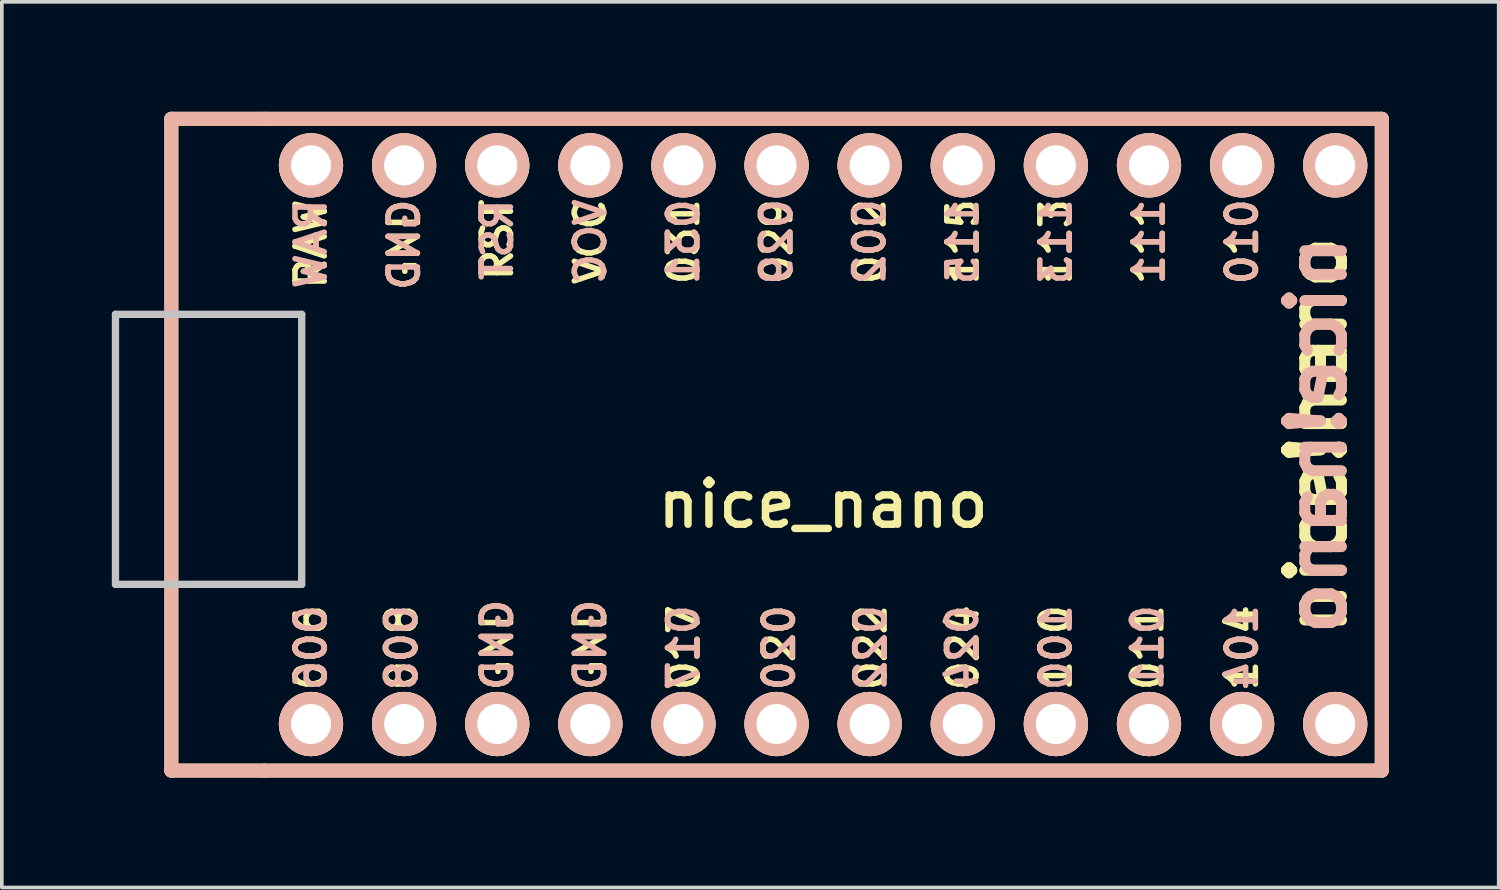
<source format=kicad_pcb>
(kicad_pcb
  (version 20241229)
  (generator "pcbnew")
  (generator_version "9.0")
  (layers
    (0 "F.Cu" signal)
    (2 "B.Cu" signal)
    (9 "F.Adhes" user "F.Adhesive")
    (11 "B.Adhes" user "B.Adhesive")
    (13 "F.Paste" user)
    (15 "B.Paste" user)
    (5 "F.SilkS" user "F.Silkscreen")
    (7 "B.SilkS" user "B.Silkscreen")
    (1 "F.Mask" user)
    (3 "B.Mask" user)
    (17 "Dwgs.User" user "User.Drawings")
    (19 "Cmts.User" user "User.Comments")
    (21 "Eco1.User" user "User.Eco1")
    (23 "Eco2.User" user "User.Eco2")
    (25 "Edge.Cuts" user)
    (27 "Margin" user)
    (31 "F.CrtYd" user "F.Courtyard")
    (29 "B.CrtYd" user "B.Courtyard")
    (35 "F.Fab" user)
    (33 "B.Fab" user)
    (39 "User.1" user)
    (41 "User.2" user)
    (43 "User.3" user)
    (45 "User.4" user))
  (footprint "nice_nano"
    (layer "F.Cu")
    (at 19.404 9.081)
    (property "Reference" "nice_nano" (at 0 1.625 0) (layer "F.SilkS") (effects (font (size 1.2 1.2) (thickness 0.203))))
    (attr through_hole)
    (fp_line (start -17.78 -8.89) (end -17.78 8.89) (stroke (width 0.381) (type solid)) (layer "F.SilkS"))
    (fp_line (start -17.78 8.89) (end -15.24 8.89) (stroke (width 0.381) (type solid)) (layer "F.SilkS"))
    (fp_line (start -15.24 -8.89) (end -17.78 -8.89) (stroke (width 0.381) (type solid)) (layer "F.SilkS"))
    (fp_line (start -15.24 8.89) (end 15.24 8.89) (stroke (width 0.381) (type solid)) (layer "F.SilkS"))
    (fp_line (start 15.24 -8.89) (end -15.24 -8.89) (stroke (width 0.381) (type solid)) (layer "F.SilkS"))
    (fp_line (start 15.24 8.89) (end 15.24 -8.89) (stroke (width 0.381) (type solid)) (layer "F.SilkS"))
    (fp_line (start -17.78 -8.89) (end -17.78 8.89) (stroke (width 0.381) (type solid)) (layer "B.SilkS"))
    (fp_line (start -17.78 8.89) (end 15.24 8.89) (stroke (width 0.381) (type solid)) (layer "B.SilkS"))
    (fp_line (start 15.24 -8.89) (end -17.78 -8.89) (stroke (width 0.381) (type solid)) (layer "B.SilkS"))
    (fp_line (start 15.24 8.89) (end 15.24 -8.89) (stroke (width 0.381) (type solid)) (layer "B.SilkS"))
    (fp_line (start -19.304 -3.556) (end -14.224 -3.556) (stroke (width 0.2) (type solid)) (layer "Dwgs.User"))
    (fp_line (start -19.304 3.81) (end -19.304 -3.556) (stroke (width 0.2) (type solid)) (layer "Dwgs.User"))
    (fp_line (start -14.224 -3.556) (end -14.224 3.81) (stroke (width 0.2) (type solid)) (layer "Dwgs.User"))
    (fp_line (start -14.224 3.81) (end -19.304 3.81) (stroke (width 0.2) (type solid)) (layer "Dwgs.User"))
    (fp_text user "111" (at 8.89 -5.537 90) (layer "F.SilkS") (effects (font (size 0.8 0.8) (thickness 0.15))))
    (fp_text user "002" (at 1.27 -5.537 90) (layer "F.SilkS") (effects (font (size 0.8 0.8) (thickness 0.15))))
    (fp_text user "113" (at 6.35 -5.537 90) (layer "F.SilkS") (effects (font (size 0.8 0.8) (thickness 0.15))))
    (fp_text user "024" (at 3.81 5.537 90) (layer "F.SilkS") (effects (font (size 0.8 0.8) (thickness 0.15))))
    (fp_text user "011" (at 8.85 5.537 90) (layer "F.SilkS") (effects (font (size 0.8 0.8) (thickness 0.15))))
    (fp_text user "008" (at -11.5 5.537 90) (layer "F.SilkS") (effects (font (size 0.8 0.8) (thickness 0.15))))
    (fp_text user "017" (at -3.8 5.537 90) (layer "F.SilkS") (effects (font (size 0.8 0.8) (thickness 0.15))))
    (fp_text user "010" (at 11.43 -5.537 90) (layer "F.SilkS") (effects (font (size 0.8 0.8) (thickness 0.15))))
    (fp_text user "nice!nano" (at 13.462 -0.254 90) (layer "F.SilkS") (effects (font (size 1.5 1.5) (thickness 0.3))))
    (fp_text user "104" (at 11.43 5.537 90) (layer "F.SilkS") (effects (font (size 0.8 0.8) (thickness 0.15))))
    (fp_text user "031" (at -3.81 -5.537 90) (layer "F.SilkS") (effects (font (size 0.8 0.8) (thickness 0.15))))
    (fp_text user "VCC" (at -6.35 -5.537 90) (layer "F.SilkS") (effects (font (size 0.8 0.8) (thickness 0.15))))
    (fp_text user "GND" (at -6.35 5.461 90) (layer "F.SilkS") (effects (font (size 0.8 0.8) (thickness 0.15))))
    (fp_text user "022" (at 1.3 5.537 90) (layer "F.SilkS") (effects (font (size 0.8 0.8) (thickness 0.15))))
    (fp_text user "GND" (at -8.89 5.461 90) (layer "F.SilkS") (effects (font (size 0.8 0.8) (thickness 0.15))))
    (fp_text user "RST" (at -8.89 -5.588 90) (layer "F.SilkS") (effects (font (size 0.8 0.8) (thickness 0.15))))
    (fp_text user "006" (at -13.97 5.537 90) (layer "F.SilkS") (effects (font (size 0.8 0.8) (thickness 0.15))))
    (fp_text user "020" (at -1.2 5.537 90) (layer "F.SilkS") (effects (font (size 0.8 0.8) (thickness 0.15))))
    (fp_text user "029" (at -1.27 -5.537 90) (layer "F.SilkS") (effects (font (size 0.8 0.8) (thickness 0.15))))
    (fp_text user "115" (at 3.81 -5.537 90) (layer "F.SilkS") (effects (font (size 0.8 0.8) (thickness 0.15))))
    (fp_text user "100" (at 6.35 5.537 90) (layer "F.SilkS") (effects (font (size 0.8 0.8) (thickness 0.15))))
    (fp_text user "RAW" (at -13.97 -5.474 90) (layer "F.SilkS") (effects (font (size 0.8 0.8) (thickness 0.15))))
    (fp_text user "GND" (at -11.43 -5.455 90) (layer "F.SilkS") (effects (font (size 0.8 0.8) (thickness 0.15))))
    (fp_text user "020" (at -1.2 5.537 90) (layer "B.SilkS") (effects (font (size 0.8 0.8) (thickness 0.15)) (justify mirror)))
    (fp_text user "008" (at -11.5 5.537 90) (layer "B.SilkS") (effects (font (size 0.8 0.8) (thickness 0.15)) (justify mirror)))
    (fp_text user "VCC" (at -6.35 -5.537 90) (layer "B.SilkS") (effects (font (size 0.8 0.8) (thickness 0.15)) (justify mirror)))
    (fp_text user "104" (at 11.43 5.537 90) (layer "B.SilkS") (effects (font (size 0.8 0.8) (thickness 0.15)) (justify mirror)))
    (fp_text user "113" (at 6.35 -5.537 90) (layer "B.SilkS") (effects (font (size 0.8 0.8) (thickness 0.15)) (justify mirror)))
    (fp_text user "115" (at 3.81 -5.537 90) (layer "B.SilkS") (effects (font (size 0.8 0.8) (thickness 0.15)) (justify mirror)))
    (fp_text user "031" (at -3.81 -5.537 90) (layer "B.SilkS") (effects (font (size 0.8 0.8) (thickness 0.15)) (justify mirror)))
    (fp_text user "024" (at 3.8 5.537 90) (layer "B.SilkS") (effects (font (size 0.8 0.8) (thickness 0.15)) (justify mirror)))
    (fp_text user "011" (at 8.85 5.537 90) (layer "B.SilkS") (effects (font (size 0.8 0.8) (thickness 0.15)) (justify mirror)))
    (fp_text user "010" (at 11.43 -5.537 90) (layer "B.SilkS") (effects (font (size 0.8 0.8) (thickness 0.15)) (justify mirror)))
    (fp_text user "022" (at 1.3 5.537 90) (layer "B.SilkS") (effects (font (size 0.8 0.8) (thickness 0.15)) (justify mirror)))
    (fp_text user "100" (at 6.35 5.537 90) (layer "B.SilkS") (effects (font (size 0.8 0.8) (thickness 0.15)) (justify mirror)))
    (fp_text user "GND" (at -11.43 -5.455 90) (layer "B.SilkS") (effects (font (size 0.8 0.8) (thickness 0.15)) (justify mirror)))
    (fp_text user "RST" (at -8.89 -5.588 90) (layer "B.SilkS") (effects (font (size 0.8 0.8) (thickness 0.15)) (justify mirror)))
    (fp_text user "GND" (at -6.35 5.461 90) (layer "B.SilkS") (effects (font (size 0.8 0.8) (thickness 0.15)) (justify mirror)))
    (fp_text user "111" (at 8.89 -5.537 90) (layer "B.SilkS") (effects (font (size 0.8 0.8) (thickness 0.15)) (justify mirror)))
    (fp_text user "GND" (at -8.89 5.461 90) (layer "B.SilkS") (effects (font (size 0.8 0.8) (thickness 0.15)) (justify mirror)))
    (fp_text user "006" (at -13.97 5.537 90) (layer "B.SilkS") (effects (font (size 0.8 0.8) (thickness 0.15)) (justify mirror)))
    (fp_text user "RAW" (at -13.97 -5.474 90) (layer "B.SilkS") (effects (font (size 0.8 0.8) (thickness 0.15)) (justify mirror)))
    (fp_text user "002" (at 1.27 -5.537 90) (layer "B.SilkS") (effects (font (size 0.8 0.8) (thickness 0.15)) (justify mirror)))
    (fp_text user "nice!nano" (at 13.462 -0.254 90) (layer "B.SilkS") (effects (font (size 1.5 1.5) (thickness 0.3) (bold yes)) (justify mirror)))
    (fp_text user "029" (at -1.27 -5.537 90) (layer "B.SilkS") (effects (font (size 0.8 0.8) (thickness 0.15)) (justify mirror)))
    (fp_text user "017" (at -3.81 5.537 90) (layer "B.SilkS") (effects (font (size 0.8 0.8) (thickness 0.15)) (justify mirror)))
    (pad "1" thru_hole circle (at -13.97 7.62) (size 1.753 1.753) (drill 1.092) (layers "*.Cu" "*.SilkS" "*.Mask"))
    (pad "2" thru_hole circle (at -11.43 7.62) (size 1.753 1.753) (drill 1.092) (layers "*.Cu" "*.SilkS" "*.Mask"))
    (pad "3" thru_hole circle (at -8.89 7.62) (size 1.753 1.753) (drill 1.092) (layers "*.Cu" "*.SilkS" "*.Mask"))
    (pad "4" thru_hole circle (at -6.35 7.62) (size 1.753 1.753) (drill 1.092) (layers "*.Cu" "*.SilkS" "*.Mask"))
    (pad "5" thru_hole circle (at -3.81 7.62) (size 1.753 1.753) (drill 1.092) (layers "*.Cu" "*.SilkS" "*.Mask"))
    (pad "6" thru_hole circle (at -1.27 7.62) (size 1.753 1.753) (drill 1.092) (layers "*.Cu" "*.SilkS" "*.Mask"))
    (pad "7" thru_hole circle (at 1.27 7.62) (size 1.753 1.753) (drill 1.092) (layers "*.Cu" "*.SilkS" "*.Mask"))
    (pad "8" thru_hole circle (at 3.81 7.62) (size 1.753 1.753) (drill 1.092) (layers "*.Cu" "*.SilkS" "*.Mask"))
    (pad "9" thru_hole circle (at 6.35 7.62) (size 1.753 1.753) (drill 1.092) (layers "*.Cu" "*.SilkS" "*.Mask"))
    (pad "10" thru_hole circle (at 8.89 7.62) (size 1.753 1.753) (drill 1.092) (layers "*.Cu" "*.SilkS" "*.Mask"))
    (pad "11" thru_hole circle (at 11.43 7.62) (size 1.753 1.753) (drill 1.092) (layers "*.Cu" "*.SilkS" "*.Mask"))
    (pad "12" thru_hole circle (at 13.97 7.62) (size 1.753 1.753) (drill 1.092) (layers "*.Cu" "*.SilkS" "*.Mask"))
    (pad "13" thru_hole circle (at 13.97 -7.62) (size 1.753 1.753) (drill 1.092) (layers "*.Cu" "*.SilkS" "*.Mask"))
    (pad "14" thru_hole circle (at 11.43 -7.62) (size 1.753 1.753) (drill 1.092) (layers "*.Cu" "*.SilkS" "*.Mask"))
    (pad "15" thru_hole circle (at 8.89 -7.62) (size 1.753 1.753) (drill 1.092) (layers "*.Cu" "*.SilkS" "*.Mask"))
    (pad "16" thru_hole circle (at 6.35 -7.62) (size 1.753 1.753) (drill 1.092) (layers "*.Cu" "*.SilkS" "*.Mask"))
    (pad "17" thru_hole circle (at 3.81 -7.62) (size 1.753 1.753) (drill 1.092) (layers "*.Cu" "*.SilkS" "*.Mask"))
    (pad "18" thru_hole circle (at 1.27 -7.62) (size 1.753 1.753) (drill 1.092) (layers "*.Cu" "*.SilkS" "*.Mask"))
    (pad "19" thru_hole circle (at -1.27 -7.62) (size 1.753 1.753) (drill 1.092) (layers "*.Cu" "*.SilkS" "*.Mask"))
    (pad "20" thru_hole circle (at -3.81 -7.62) (size 1.753 1.753) (drill 1.092) (layers "*.Cu" "*.SilkS" "*.Mask"))
    (pad "21" thru_hole circle (at -6.35 -7.62) (size 1.753 1.753) (drill 1.092) (layers "*.Cu" "*.SilkS" "*.Mask"))
    (pad "22" thru_hole circle (at -8.89 -7.62) (size 1.753 1.753) (drill 1.092) (layers "*.Cu" "*.SilkS" "*.Mask"))
    (pad "23" thru_hole circle (at -11.43 -7.62) (size 1.753 1.753) (drill 1.092) (layers "*.Cu" "*.SilkS" "*.Mask"))
    (pad "24" thru_hole circle (at -13.97 -7.62) (size 1.753 1.753) (drill 1.092) (layers "*.Cu" "*.SilkS" "*.Mask")))
  (gr_rect
    (start -3 -3)
    (end 37.834 21.161)
    (stroke (width 0.1) (type default))
    (fill no)
    (layer "Edge.Cuts")))
</source>
